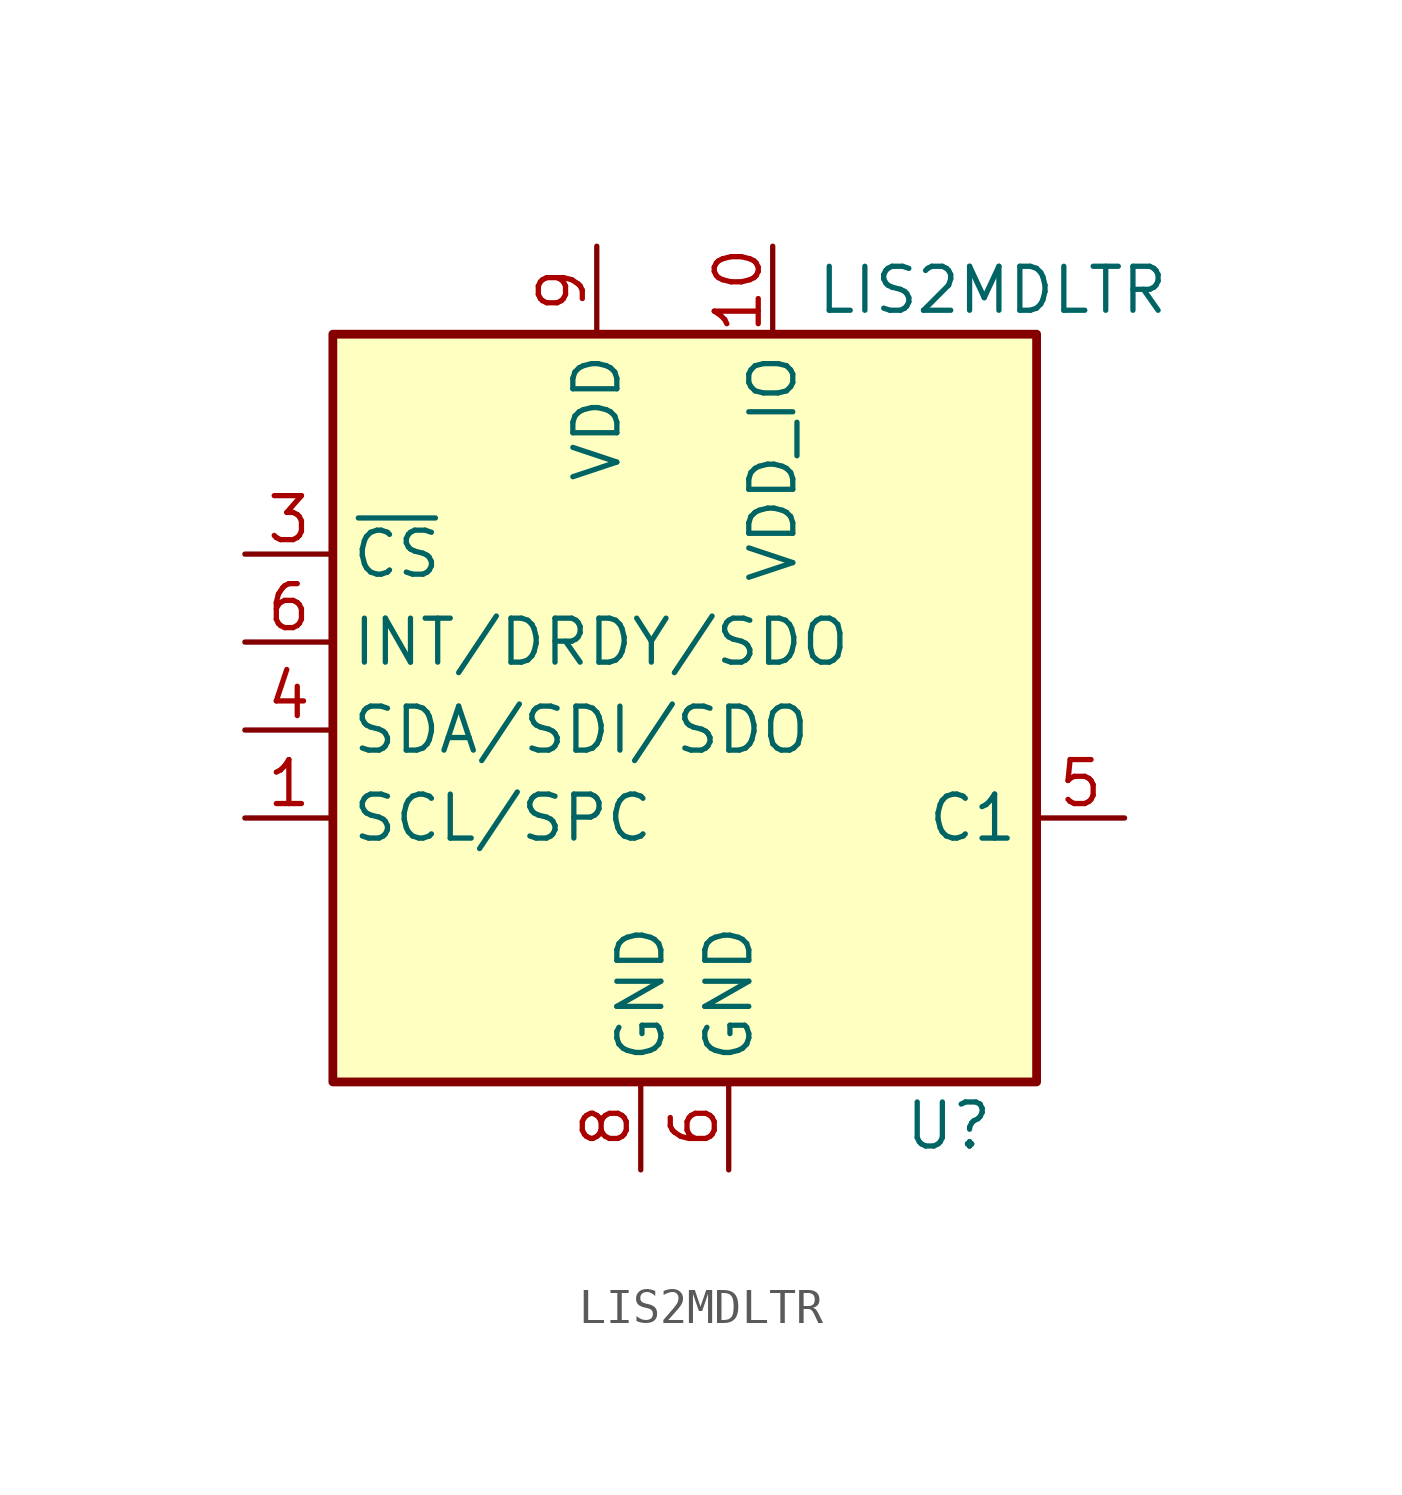
<source format=kicad_sym>
(kicad_symbol_lib
  (version 20211014)
  (generator kicad_symbol_editor)
  (symbol "LIS2MDLTR"
    (property "Reference" "U"
      (at 7.62 -11.43 0)
      (effects (font (size 1.27 1.27))))
    (property "Value" "LIS2MDLTR"
      (at 8.89 12.7 0)
      (effects (font (size 1.27 1.27))))
    (symbol "LIS2MDLTR_0_1"
      (rectangle (start -10.16 11.43) (end 10.16 -10.16) (stroke (width 0.254) (type default) (color 0 0 0 0)) (fill (type background))))
    (symbol "LIS2MDLTR_1_1"
      (pin input line (at -12.7 -2.54 0) (length 2.54) (name "SCL/SPC" (effects (font (size 1.27 1.27)))) (number "1" (effects (font (size 1.27 1.27)))))
      (pin power_in line (at 2.54 13.97 270) (length 2.54) (name "VDD_IO" (effects (font (size 1.27 1.27)))) (number "10" (effects (font (size 1.27 1.27)))))
      (pin passive line (at -3.81 -12.7 90) (length 2.54) hide (name "GND" (effects (font (size 1.27 1.27)))) (number "11" (effects (font (size 1.27 1.27)))))
      (pin passive line (at -8.89 -12.7 90) (length 2.54) hide (name "GND" (effects (font (size 1.27 1.27)))) (number "12" (effects (font (size 1.27 1.27)))))
      (pin passive line (at 5.08 -12.7 90) (length 2.54) hide (name "GND" (effects (font (size 1.27 1.27)))) (number "2" (effects (font (size 1.27 1.27)))))
      (pin input line (at -12.7 5.08 0) (length 2.54) (name "~{CS}" (effects (font (size 1.27 1.27)))) (number "3" (effects (font (size 1.27 1.27)))))
      (pin bidirectional line (at -12.7 0 0) (length 2.54) (name "SDA/SDI/SDO" (effects (font (size 1.27 1.27)))) (number "4" (effects (font (size 1.27 1.27)))) (alternate "SA0" passive line))
      (pin output line (at 12.7 -2.54 180) (length 2.54) (name "C1" (effects (font (size 1.27 1.27)))) (number "5" (effects (font (size 1.27 1.27)))))
      (pin power_in line (at 1.27 -12.7 90) (length 2.54) (name "GND" (effects (font (size 1.27 1.27)))) (number "6" (effects (font (size 1.27 1.27)))))
      (pin output line (at -12.7 2.54 0) (length 2.54) (name "INT/DRDY/SDO" (effects (font (size 1.27 1.27)))) (number "6" (effects (font (size 1.27 1.27)))))
      (pin power_in line (at -1.27 -12.7 90) (length 2.54) (name "GND" (effects (font (size 1.27 1.27)))) (number "8" (effects (font (size 1.27 1.27)))))
      (pin power_in line (at -2.54 13.97 270) (length 2.54) (name "VDD" (effects (font (size 1.27 1.27)))) (number "9" (effects (font (size 1.27 1.27))))))))
</source>
